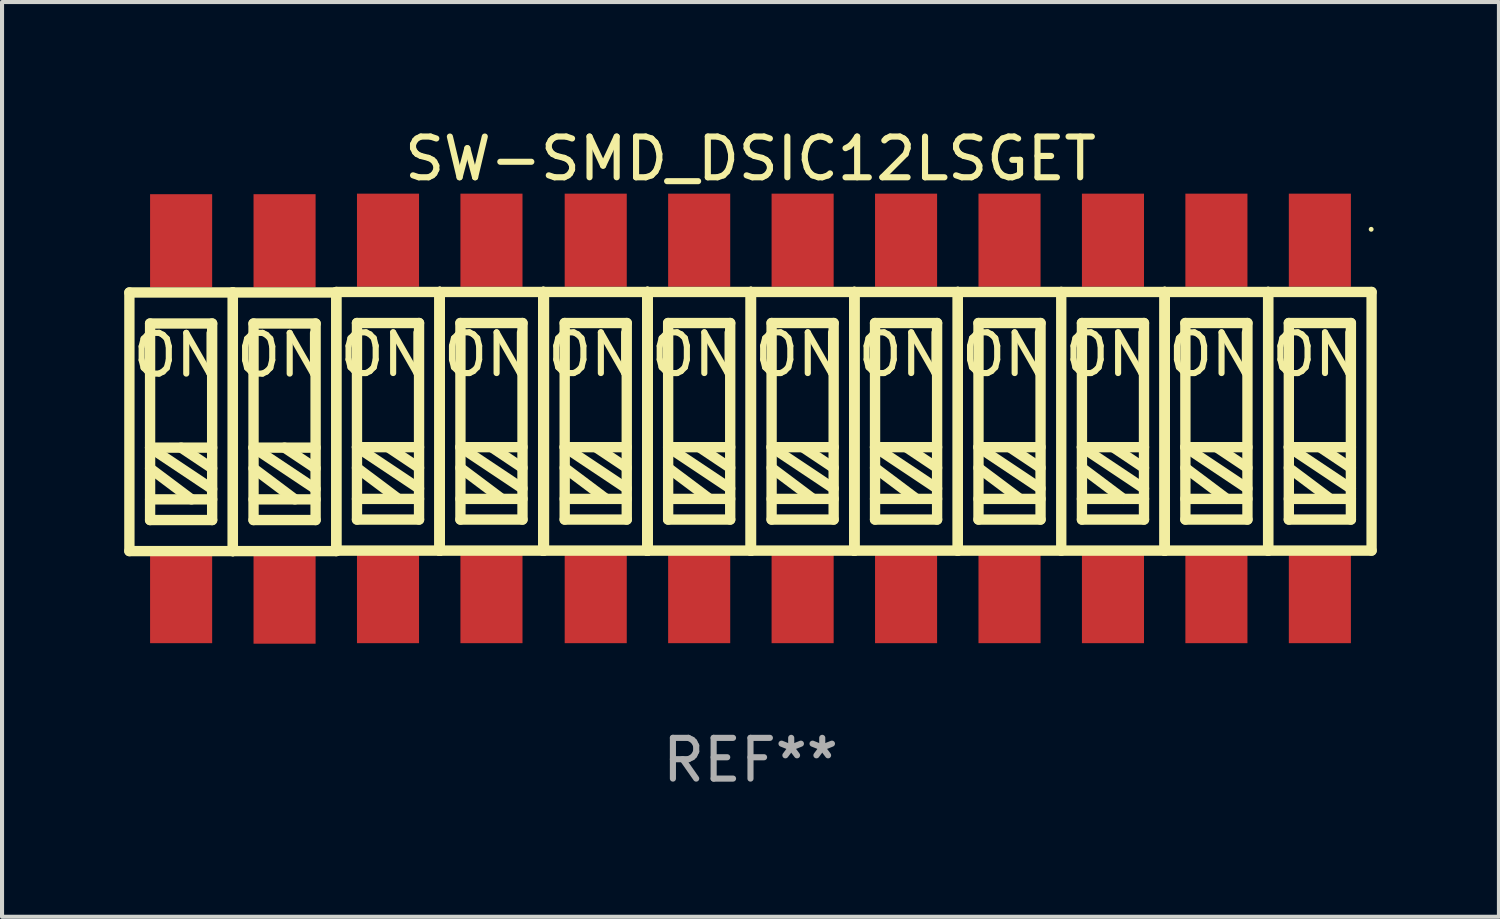
<source format=kicad_pcb>
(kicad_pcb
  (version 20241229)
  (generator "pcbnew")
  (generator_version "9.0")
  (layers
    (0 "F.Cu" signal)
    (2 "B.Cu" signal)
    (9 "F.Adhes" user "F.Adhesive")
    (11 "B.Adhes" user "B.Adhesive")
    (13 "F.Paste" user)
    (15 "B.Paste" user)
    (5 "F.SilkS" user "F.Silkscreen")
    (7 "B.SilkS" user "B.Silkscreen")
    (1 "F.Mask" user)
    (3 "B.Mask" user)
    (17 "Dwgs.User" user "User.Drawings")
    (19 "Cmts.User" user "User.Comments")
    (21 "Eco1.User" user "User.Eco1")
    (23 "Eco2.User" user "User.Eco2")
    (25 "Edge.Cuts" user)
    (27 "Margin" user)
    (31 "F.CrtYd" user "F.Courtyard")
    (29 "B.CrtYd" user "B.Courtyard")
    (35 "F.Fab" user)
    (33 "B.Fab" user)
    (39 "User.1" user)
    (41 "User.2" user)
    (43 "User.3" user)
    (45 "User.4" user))
  (footprint "SW-SMD_DSIC12LSGET"
    (layer "F.Cu")
    (at 15.377 7.23)
    (property "Reference" "SW-SMD_DSIC12LSGET" (at 0 -6.382 0) (layer "F.SilkS") (effects (font (size 1 1) (thickness 0.15))))
    (attr through_hole)
    (fp_line (start -15.25 -3.099) (end -12.71 -3.099) (stroke (width 0.254) (type solid)) (layer "F.SilkS"))
    (fp_line (start -15.25 3.251) (end -15.25 -3.099) (stroke (width 0.254) (type solid)) (layer "F.SilkS"))
    (fp_line (start -14.742 -2.337) (end -13.218 -2.337) (stroke (width 0.254) (type solid)) (layer "F.SilkS"))
    (fp_line (start -14.742 0.711) (end -13.218 0.711) (stroke (width 0.254) (type solid)) (layer "F.SilkS"))
    (fp_line (start -14.742 1.219) (end -13.726 1.981) (stroke (width 0.254) (type solid)) (layer "F.SilkS"))
    (fp_line (start -14.742 1.981) (end -13.218 1.981) (stroke (width 0.254) (type solid)) (layer "F.SilkS"))
    (fp_line (start -14.742 2.489) (end -14.742 -2.337) (stroke (width 0.254) (type solid)) (layer "F.SilkS"))
    (fp_line (start -13.98 0.711) (end -13.218 1.219) (stroke (width 0.254) (type solid)) (layer "F.SilkS"))
    (fp_line (start -13.218 -2.337) (end -13.218 2.489) (stroke (width 0.254) (type solid)) (layer "F.SilkS"))
    (fp_line (start -13.218 1.727) (end -14.742 0.711) (stroke (width 0.254) (type solid)) (layer "F.SilkS"))
    (fp_line (start -13.218 2.489) (end -14.742 2.489) (stroke (width 0.254) (type solid)) (layer "F.SilkS"))
    (fp_line (start -12.71 -3.099) (end -12.71 3.251) (stroke (width 0.254) (type solid)) (layer "F.SilkS"))
    (fp_line (start -12.71 -3.099) (end -10.17 -3.099) (stroke (width 0.254) (type solid)) (layer "F.SilkS"))
    (fp_line (start -12.71 3.251) (end -15.25 3.251) (stroke (width 0.254) (type solid)) (layer "F.SilkS"))
    (fp_line (start -12.71 3.251) (end -12.71 -3.099) (stroke (width 0.254) (type solid)) (layer "F.SilkS"))
    (fp_line (start -12.202 -2.337) (end -10.678 -2.337) (stroke (width 0.254) (type solid)) (layer "F.SilkS"))
    (fp_line (start -12.202 0.711) (end -10.678 0.711) (stroke (width 0.254) (type solid)) (layer "F.SilkS"))
    (fp_line (start -12.202 1.219) (end -11.186 1.981) (stroke (width 0.254) (type solid)) (layer "F.SilkS"))
    (fp_line (start -12.202 1.981) (end -10.678 1.981) (stroke (width 0.254) (type solid)) (layer "F.SilkS"))
    (fp_line (start -12.202 2.489) (end -12.202 -2.337) (stroke (width 0.254) (type solid)) (layer "F.SilkS"))
    (fp_line (start -11.44 0.711) (end -10.678 1.219) (stroke (width 0.254) (type solid)) (layer "F.SilkS"))
    (fp_line (start -10.678 -2.337) (end -10.678 2.489) (stroke (width 0.254) (type solid)) (layer "F.SilkS"))
    (fp_line (start -10.678 1.727) (end -12.202 0.711) (stroke (width 0.254) (type solid)) (layer "F.SilkS"))
    (fp_line (start -10.678 2.489) (end -12.202 2.489) (stroke (width 0.254) (type solid)) (layer "F.SilkS"))
    (fp_line (start -10.17 -3.099) (end -10.17 3.251) (stroke (width 0.254) (type solid)) (layer "F.SilkS"))
    (fp_line (start -10.17 3.251) (end -12.71 3.251) (stroke (width 0.254) (type solid)) (layer "F.SilkS"))
    (fp_line (start -10.17 -3.111) (end -7.63 -3.111) (stroke (width 0.254) (type solid)) (layer "F.SilkS"))
    (fp_line (start -10.17 3.239) (end -10.17 -3.111) (stroke (width 0.254) (type solid)) (layer "F.SilkS"))
    (fp_line (start -9.662 -2.349) (end -8.138 -2.349) (stroke (width 0.254) (type solid)) (layer "F.SilkS"))
    (fp_line (start -9.662 0.699) (end -8.138 0.699) (stroke (width 0.254) (type solid)) (layer "F.SilkS"))
    (fp_line (start -9.662 1.207) (end -8.646 1.969) (stroke (width 0.254) (type solid)) (layer "F.SilkS"))
    (fp_line (start -9.662 1.969) (end -8.138 1.969) (stroke (width 0.254) (type solid)) (layer "F.SilkS"))
    (fp_line (start -9.662 2.477) (end -9.662 -2.349) (stroke (width 0.254) (type solid)) (layer "F.SilkS"))
    (fp_line (start -8.9 0.699) (end -8.138 1.207) (stroke (width 0.254) (type solid)) (layer "F.SilkS"))
    (fp_line (start -8.138 -2.349) (end -8.138 2.477) (stroke (width 0.254) (type solid)) (layer "F.SilkS"))
    (fp_line (start -8.138 1.715) (end -9.662 0.699) (stroke (width 0.254) (type solid)) (layer "F.SilkS"))
    (fp_line (start -8.138 2.477) (end -9.662 2.477) (stroke (width 0.254) (type solid)) (layer "F.SilkS"))
    (fp_line (start -7.63 -3.111) (end -7.63 3.239) (stroke (width 0.254) (type solid)) (layer "F.SilkS"))
    (fp_line (start -7.63 -3.111) (end -7.63 3.239) (stroke (width 0.254) (type solid)) (layer "F.SilkS"))
    (fp_line (start -7.63 -3.111) (end -7.63 3.239) (stroke (width 0.254) (type solid)) (layer "F.SilkS"))
    (fp_line (start -7.63 3.239) (end -10.17 3.239) (stroke (width 0.254) (type solid)) (layer "F.SilkS"))
    (fp_line (start -7.63 3.239) (end -7.63 -3.111) (stroke (width 0.254) (type solid)) (layer "F.SilkS"))
    (fp_line (start -7.63 3.239) (end -7.63 -3.111) (stroke (width 0.254) (type solid)) (layer "F.SilkS"))
    (fp_line (start -7.63 3.239) (end -5.09 3.239) (stroke (width 0.254) (type solid)) (layer "F.SilkS"))
    (fp_line (start -7.122 -2.349) (end -7.122 2.477) (stroke (width 0.254) (type solid)) (layer "F.SilkS"))
    (fp_line (start -7.122 0.699) (end -5.598 1.715) (stroke (width 0.254) (type solid)) (layer "F.SilkS"))
    (fp_line (start -7.122 1.207) (end -6.106 1.969) (stroke (width 0.254) (type solid)) (layer "F.SilkS"))
    (fp_line (start -7.122 1.969) (end -5.598 1.969) (stroke (width 0.254) (type solid)) (layer "F.SilkS"))
    (fp_line (start -7.122 2.477) (end -5.598 2.477) (stroke (width 0.254) (type solid)) (layer "F.SilkS"))
    (fp_line (start -6.36 0.699) (end -5.598 1.207) (stroke (width 0.254) (type solid)) (layer "F.SilkS"))
    (fp_line (start -5.598 -2.349) (end -7.122 -2.349) (stroke (width 0.254) (type solid)) (layer "F.SilkS"))
    (fp_line (start -5.598 0.699) (end -7.122 0.699) (stroke (width 0.254) (type solid)) (layer "F.SilkS"))
    (fp_line (start -5.598 2.477) (end -5.598 -2.349) (stroke (width 0.254) (type solid)) (layer "F.SilkS"))
    (fp_line (start -5.09 -3.111) (end -7.63 -3.111) (stroke (width 0.254) (type solid)) (layer "F.SilkS"))
    (fp_line (start -5.09 -3.111) (end -5.09 3.239) (stroke (width 0.254) (type solid)) (layer "F.SilkS"))
    (fp_line (start -5.09 3.239) (end -5.09 -3.111) (stroke (width 0.254) (type solid)) (layer "F.SilkS"))
    (fp_line (start -5.09 3.239) (end -5.09 -3.111) (stroke (width 0.254) (type solid)) (layer "F.SilkS"))
    (fp_line (start -5.09 3.239) (end -5.09 -3.111) (stroke (width 0.254) (type solid)) (layer "F.SilkS"))
    (fp_line (start -5.07 -3.111) (end -5.07 3.239) (stroke (width 0.254) (type solid)) (layer "F.SilkS"))
    (fp_line (start -5.07 3.239) (end -2.53 3.239) (stroke (width 0.254) (type solid)) (layer "F.SilkS"))
    (fp_line (start -4.562 -2.349) (end -4.562 2.477) (stroke (width 0.254) (type solid)) (layer "F.SilkS"))
    (fp_line (start -4.562 0.699) (end -3.038 1.715) (stroke (width 0.254) (type solid)) (layer "F.SilkS"))
    (fp_line (start -4.562 1.207) (end -3.546 1.969) (stroke (width 0.254) (type solid)) (layer "F.SilkS"))
    (fp_line (start -4.562 1.969) (end -3.038 1.969) (stroke (width 0.254) (type solid)) (layer "F.SilkS"))
    (fp_line (start -4.562 2.477) (end -3.038 2.477) (stroke (width 0.254) (type solid)) (layer "F.SilkS"))
    (fp_line (start -3.8 0.699) (end -3.038 1.207) (stroke (width 0.254) (type solid)) (layer "F.SilkS"))
    (fp_line (start -3.038 -2.349) (end -4.562 -2.349) (stroke (width 0.254) (type solid)) (layer "F.SilkS"))
    (fp_line (start -3.038 0.699) (end -4.562 0.699) (stroke (width 0.254) (type solid)) (layer "F.SilkS"))
    (fp_line (start -3.038 2.477) (end -3.038 -2.349) (stroke (width 0.254) (type solid)) (layer "F.SilkS"))
    (fp_line (start -2.53 -3.111) (end -5.07 -3.111) (stroke (width 0.254) (type solid)) (layer "F.SilkS"))
    (fp_line (start -2.53 -3.111) (end -2.53 3.239) (stroke (width 0.254) (type solid)) (layer "F.SilkS"))
    (fp_line (start -2.53 -3.111) (end 0.01 -3.111) (stroke (width 0.254) (type solid)) (layer "F.SilkS"))
    (fp_line (start -2.53 3.239) (end -2.53 -3.111) (stroke (width 0.254) (type solid)) (layer "F.SilkS"))
    (fp_line (start -2.53 3.239) (end -2.53 -3.111) (stroke (width 0.254) (type solid)) (layer "F.SilkS"))
    (fp_line (start -2.53 3.239) (end -2.53 -3.111) (stroke (width 0.254) (type solid)) (layer "F.SilkS"))
    (fp_line (start -2.53 3.239) (end -2.53 -3.111) (stroke (width 0.254) (type solid)) (layer "F.SilkS"))
    (fp_line (start -2.022 -2.349) (end -0.498 -2.349) (stroke (width 0.254) (type solid)) (layer "F.SilkS"))
    (fp_line (start -2.022 0.699) (end -0.498 0.699) (stroke (width 0.254) (type solid)) (layer "F.SilkS"))
    (fp_line (start -2.022 1.207) (end -1.006 1.969) (stroke (width 0.254) (type solid)) (layer "F.SilkS"))
    (fp_line (start -2.022 1.969) (end -0.498 1.969) (stroke (width 0.254) (type solid)) (layer "F.SilkS"))
    (fp_line (start -2.022 2.477) (end -2.022 -2.349) (stroke (width 0.254) (type solid)) (layer "F.SilkS"))
    (fp_line (start -1.26 0.699) (end -0.498 1.207) (stroke (width 0.254) (type solid)) (layer "F.SilkS"))
    (fp_line (start -0.498 -2.349) (end -0.498 2.477) (stroke (width 0.254) (type solid)) (layer "F.SilkS"))
    (fp_line (start -0.498 1.715) (end -2.022 0.699) (stroke (width 0.254) (type solid)) (layer "F.SilkS"))
    (fp_line (start -0.498 2.477) (end -2.022 2.477) (stroke (width 0.254) (type solid)) (layer "F.SilkS"))
    (fp_line (start 0.01 -3.111) (end 0.01 3.239) (stroke (width 0.254) (type solid)) (layer "F.SilkS"))
    (fp_line (start 0.01 -3.111) (end 0.01 3.239) (stroke (width 0.254) (type solid)) (layer "F.SilkS"))
    (fp_line (start 0.01 -3.111) (end 2.55 -3.111) (stroke (width 0.254) (type solid)) (layer "F.SilkS"))
    (fp_line (start 0.01 3.239) (end -2.53 3.239) (stroke (width 0.254) (type solid)) (layer "F.SilkS"))
    (fp_line (start 0.01 3.239) (end 0.01 -3.111) (stroke (width 0.254) (type solid)) (layer "F.SilkS"))
    (fp_line (start 0.01 3.239) (end 0.01 -3.111) (stroke (width 0.254) (type solid)) (layer "F.SilkS"))
    (fp_line (start 0.518 -2.349) (end 0.518 2.477) (stroke (width 0.254) (type solid)) (layer "F.SilkS"))
    (fp_line (start 0.518 0.699) (end 2.042 1.715) (stroke (width 0.254) (type solid)) (layer "F.SilkS"))
    (fp_line (start 0.518 1.207) (end 1.534 1.969) (stroke (width 0.254) (type solid)) (layer "F.SilkS"))
    (fp_line (start 0.518 1.969) (end 2.042 1.969) (stroke (width 0.254) (type solid)) (layer "F.SilkS"))
    (fp_line (start 0.518 2.477) (end 2.042 2.477) (stroke (width 0.254) (type solid)) (layer "F.SilkS"))
    (fp_line (start 1.28 0.699) (end 2.042 1.207) (stroke (width 0.254) (type solid)) (layer "F.SilkS"))
    (fp_line (start 2.042 -2.349) (end 0.518 -2.349) (stroke (width 0.254) (type solid)) (layer "F.SilkS"))
    (fp_line (start 2.042 0.699) (end 0.518 0.699) (stroke (width 0.254) (type solid)) (layer "F.SilkS"))
    (fp_line (start 2.042 2.477) (end 2.042 -2.349) (stroke (width 0.254) (type solid)) (layer "F.SilkS"))
    (fp_line (start 2.55 -3.111) (end 2.55 3.239) (stroke (width 0.254) (type solid)) (layer "F.SilkS"))
    (fp_line (start 2.55 -3.111) (end 2.55 3.239) (stroke (width 0.254) (type solid)) (layer "F.SilkS"))
    (fp_line (start 2.55 3.239) (end 0.01 3.239) (stroke (width 0.254) (type solid)) (layer "F.SilkS"))
    (fp_line (start 2.55 3.239) (end 2.55 -3.111) (stroke (width 0.254) (type solid)) (layer "F.SilkS"))
    (fp_line (start 2.55 3.239) (end 5.09 3.239) (stroke (width 0.254) (type solid)) (layer "F.SilkS"))
    (fp_line (start 3.058 -2.349) (end 4.582 -2.349) (stroke (width 0.254) (type solid)) (layer "F.SilkS"))
    (fp_line (start 3.058 0.699) (end 4.582 0.699) (stroke (width 0.254) (type solid)) (layer "F.SilkS"))
    (fp_line (start 3.058 1.207) (end 4.074 1.969) (stroke (width 0.254) (type solid)) (layer "F.SilkS"))
    (fp_line (start 3.058 1.969) (end 4.582 1.969) (stroke (width 0.254) (type solid)) (layer "F.SilkS"))
    (fp_line (start 3.058 2.477) (end 3.058 -2.349) (stroke (width 0.254) (type solid)) (layer "F.SilkS"))
    (fp_line (start 3.82 0.699) (end 4.582 1.207) (stroke (width 0.254) (type solid)) (layer "F.SilkS"))
    (fp_line (start 4.582 -2.349) (end 4.582 2.477) (stroke (width 0.254) (type solid)) (layer "F.SilkS"))
    (fp_line (start 4.582 1.715) (end 3.058 0.699) (stroke (width 0.254) (type solid)) (layer "F.SilkS"))
    (fp_line (start 4.582 2.477) (end 3.058 2.477) (stroke (width 0.254) (type solid)) (layer "F.SilkS"))
    (fp_line (start 5.09 -3.111) (end 2.55 -3.111) (stroke (width 0.254) (type solid)) (layer "F.SilkS"))
    (fp_line (start 5.09 -3.111) (end 5.09 3.239) (stroke (width 0.254) (type solid)) (layer "F.SilkS"))
    (fp_line (start 5.09 3.239) (end 5.09 -3.111) (stroke (width 0.254) (type solid)) (layer "F.SilkS"))
    (fp_line (start 5.09 3.239) (end 7.63 3.239) (stroke (width 0.254) (type solid)) (layer "F.SilkS"))
    (fp_line (start 5.598 -2.349) (end 5.598 2.477) (stroke (width 0.254) (type solid)) (layer "F.SilkS"))
    (fp_line (start 5.598 0.699) (end 7.122 1.715) (stroke (width 0.254) (type solid)) (layer "F.SilkS"))
    (fp_line (start 5.598 1.207) (end 6.614 1.969) (stroke (width 0.254) (type solid)) (layer "F.SilkS"))
    (fp_line (start 5.598 1.969) (end 7.122 1.969) (stroke (width 0.254) (type solid)) (layer "F.SilkS"))
    (fp_line (start 5.598 2.477) (end 7.122 2.477) (stroke (width 0.254) (type solid)) (layer "F.SilkS"))
    (fp_line (start 6.36 0.699) (end 7.122 1.207) (stroke (width 0.254) (type solid)) (layer "F.SilkS"))
    (fp_line (start 7.122 -2.349) (end 5.598 -2.349) (stroke (width 0.254) (type solid)) (layer "F.SilkS"))
    (fp_line (start 7.122 0.699) (end 5.598 0.699) (stroke (width 0.254) (type solid)) (layer "F.SilkS"))
    (fp_line (start 7.122 2.477) (end 7.122 -2.349) (stroke (width 0.254) (type solid)) (layer "F.SilkS"))
    (fp_line (start 7.63 -3.111) (end 5.09 -3.111) (stroke (width 0.254) (type solid)) (layer "F.SilkS"))
    (fp_line (start 7.63 3.239) (end 7.63 -3.111) (stroke (width 0.254) (type solid)) (layer "F.SilkS"))
    (fp_line (start 7.63 3.239) (end 10.17 3.239) (stroke (width 0.254) (type solid)) (layer "F.SilkS"))
    (fp_line (start 8.138 -2.349) (end 9.662 -2.349) (stroke (width 0.254) (type solid)) (layer "F.SilkS"))
    (fp_line (start 8.138 0.699) (end 9.662 0.699) (stroke (width 0.254) (type solid)) (layer "F.SilkS"))
    (fp_line (start 8.138 1.207) (end 9.154 1.969) (stroke (width 0.254) (type solid)) (layer "F.SilkS"))
    (fp_line (start 8.138 1.969) (end 9.662 1.969) (stroke (width 0.254) (type solid)) (layer "F.SilkS"))
    (fp_line (start 8.138 2.477) (end 8.138 -2.349) (stroke (width 0.254) (type solid)) (layer "F.SilkS"))
    (fp_line (start 8.9 0.699) (end 9.662 1.207) (stroke (width 0.254) (type solid)) (layer "F.SilkS"))
    (fp_line (start 9.662 -2.349) (end 9.662 2.477) (stroke (width 0.254) (type solid)) (layer "F.SilkS"))
    (fp_line (start 9.662 1.715) (end 8.138 0.699) (stroke (width 0.254) (type solid)) (layer "F.SilkS"))
    (fp_line (start 9.662 2.477) (end 8.138 2.477) (stroke (width 0.254) (type solid)) (layer "F.SilkS"))
    (fp_line (start 10.17 -3.111) (end 7.63 -3.111) (stroke (width 0.254) (type solid)) (layer "F.SilkS"))
    (fp_line (start 10.17 -3.111) (end 10.17 3.239) (stroke (width 0.254) (type solid)) (layer "F.SilkS"))
    (fp_line (start 10.17 3.239) (end 10.17 -3.111) (stroke (width 0.254) (type solid)) (layer "F.SilkS"))
    (fp_line (start 10.17 3.239) (end 10.17 -3.111) (stroke (width 0.254) (type solid)) (layer "F.SilkS"))
    (fp_line (start 10.17 3.239) (end 12.71 3.239) (stroke (width 0.254) (type solid)) (layer "F.SilkS"))
    (fp_line (start 10.678 -2.349) (end 10.678 2.477) (stroke (width 0.254) (type solid)) (layer "F.SilkS"))
    (fp_line (start 10.678 0.699) (end 12.202 1.715) (stroke (width 0.254) (type solid)) (layer "F.SilkS"))
    (fp_line (start 10.678 1.207) (end 11.694 1.969) (stroke (width 0.254) (type solid)) (layer "F.SilkS"))
    (fp_line (start 10.678 1.969) (end 12.202 1.969) (stroke (width 0.254) (type solid)) (layer "F.SilkS"))
    (fp_line (start 10.678 2.477) (end 12.202 2.477) (stroke (width 0.254) (type solid)) (layer "F.SilkS"))
    (fp_line (start 11.44 0.699) (end 12.202 1.207) (stroke (width 0.254) (type solid)) (layer "F.SilkS"))
    (fp_line (start 12.202 -2.349) (end 10.678 -2.349) (stroke (width 0.254) (type solid)) (layer "F.SilkS"))
    (fp_line (start 12.202 0.699) (end 10.678 0.699) (stroke (width 0.254) (type solid)) (layer "F.SilkS"))
    (fp_line (start 12.202 2.477) (end 12.202 -2.349) (stroke (width 0.254) (type solid)) (layer "F.SilkS"))
    (fp_line (start 12.71 -3.111) (end 10.17 -3.111) (stroke (width 0.254) (type solid)) (layer "F.SilkS"))
    (fp_line (start 12.71 -3.111) (end 15.25 -3.111) (stroke (width 0.254) (type solid)) (layer "F.SilkS"))
    (fp_line (start 12.71 3.239) (end 12.71 -3.111) (stroke (width 0.254) (type solid)) (layer "F.SilkS"))
    (fp_line (start 12.71 3.239) (end 12.71 -3.111) (stroke (width 0.254) (type solid)) (layer "F.SilkS"))
    (fp_line (start 13.218 -2.349) (end 14.742 -2.349) (stroke (width 0.254) (type solid)) (layer "F.SilkS"))
    (fp_line (start 13.218 0.699) (end 14.742 0.699) (stroke (width 0.254) (type solid)) (layer "F.SilkS"))
    (fp_line (start 13.218 1.207) (end 14.234 1.969) (stroke (width 0.254) (type solid)) (layer "F.SilkS"))
    (fp_line (start 13.218 1.969) (end 14.742 1.969) (stroke (width 0.254) (type solid)) (layer "F.SilkS"))
    (fp_line (start 13.218 2.477) (end 13.218 -2.349) (stroke (width 0.254) (type solid)) (layer "F.SilkS"))
    (fp_line (start 13.98 0.699) (end 14.742 1.207) (stroke (width 0.254) (type solid)) (layer "F.SilkS"))
    (fp_line (start 14.742 -2.349) (end 14.742 2.477) (stroke (width 0.254) (type solid)) (layer "F.SilkS"))
    (fp_line (start 14.742 1.715) (end 13.218 0.699) (stroke (width 0.254) (type solid)) (layer "F.SilkS"))
    (fp_line (start 14.742 2.477) (end 13.218 2.477) (stroke (width 0.254) (type solid)) (layer "F.SilkS"))
    (fp_line (start 15.25 -3.111) (end 15.25 3.239) (stroke (width 0.254) (type solid)) (layer "F.SilkS"))
    (fp_line (start 15.25 3.239) (end 12.71 3.239) (stroke (width 0.254) (type solid)) (layer "F.SilkS"))
    (fp_circle (center 15.24 -4.65) (end 15.27 -4.65) (stroke (width 0.06) (type solid)) (fill no) (layer "F.SilkS"))
    (fp_text user "ON" (at -6.472 -1.575 0) (layer "F.SilkS") (effects (font (size 1 1) (thickness 0.15))))
    (fp_text user "ON" (at 6.248 -1.575 0) (layer "F.SilkS") (effects (font (size 1 1) (thickness 0.15))))
    (fp_text user "ON" (at -14.092 -1.562 0) (layer "F.SilkS") (effects (font (size 1 1) (thickness 0.15))))
    (fp_text user "ON" (at -3.912 -1.575 0) (layer "F.SilkS") (effects (font (size 1 1) (thickness 0.15))))
    (fp_text user "ON" (at -9.012 -1.575 0) (layer "F.SilkS") (effects (font (size 1 1) (thickness 0.15))))
    (fp_text user "ON" (at -11.552 -1.562 0) (layer "F.SilkS") (effects (font (size 1 1) (thickness 0.15))))
    (fp_text user "ON" (at 1.168 -1.575 0) (layer "F.SilkS") (effects (font (size 1 1) (thickness 0.15))))
    (fp_text user "ON" (at 11.328 -1.575 0) (layer "F.SilkS") (effects (font (size 1 1) (thickness 0.15))))
    (fp_text user "ON" (at -1.372 -1.575 0) (layer "F.SilkS") (effects (font (size 1 1) (thickness 0.15))))
    (fp_text user "ON" (at 13.868 -1.575 0) (layer "F.SilkS") (effects (font (size 1 1) (thickness 0.15))))
    (fp_text user "ON" (at 3.708 -1.575 0) (layer "F.SilkS") (effects (font (size 1 1) (thickness 0.15))))
    (fp_text user "ON" (at 8.788 -1.575 0) (layer "F.SilkS") (effects (font (size 1 1) (thickness 0.15))))
    (fp_text user "REF**" (at 0 8.382 0) (layer "F.Fab") (effects (font (size 1 1) (thickness 0.15))))
    (pad "1" smd rect (at 13.98 -4.382 270) (size 2.286 1.524) (layers "F.Cu" "F.Mask" "F.Paste"))
    (pad "2" smd rect (at 11.44 -4.382 270) (size 2.286 1.524) (layers "F.Cu" "F.Mask" "F.Paste"))
    (pad "3" smd rect (at 8.9 -4.382 270) (size 2.286 1.524) (layers "F.Cu" "F.Mask" "F.Paste"))
    (pad "4" smd rect (at 6.36 -4.382 270) (size 2.286 1.524) (layers "F.Cu" "F.Mask" "F.Paste"))
    (pad "5" smd rect (at 3.82 -4.382 270) (size 2.286 1.524) (layers "F.Cu" "F.Mask" "F.Paste"))
    (pad "6" smd rect (at 1.28 -4.382 270) (size 2.286 1.524) (layers "F.Cu" "F.Mask" "F.Paste"))
    (pad "7" smd rect (at -1.26 -4.382 270) (size 2.286 1.524) (layers "F.Cu" "F.Mask" "F.Paste"))
    (pad "8" smd rect (at -3.8 -4.382 270) (size 2.286 1.524) (layers "F.Cu" "F.Mask" "F.Paste"))
    (pad "9" smd rect (at -6.36 -4.382 270) (size 2.286 1.524) (layers "F.Cu" "F.Mask" "F.Paste"))
    (pad "10" smd rect (at -8.9 -4.382 270) (size 2.286 1.524) (layers "F.Cu" "F.Mask" "F.Paste"))
    (pad "11" smd rect (at -11.44 -4.369 270) (size 2.286 1.524) (layers "F.Cu" "F.Mask" "F.Paste"))
    (pad "12" smd rect (at -13.98 -4.369 270) (size 2.286 1.524) (layers "F.Cu" "F.Mask" "F.Paste"))
    (pad "13" smd rect (at -13.98 4.369 270) (size 2.286 1.524) (layers "F.Cu" "F.Mask" "F.Paste"))
    (pad "14" smd rect (at -11.44 4.382 270) (size 2.286 1.524) (layers "F.Cu" "F.Mask" "F.Paste"))
    (pad "15" smd rect (at -8.9 4.369 270) (size 2.286 1.524) (layers "F.Cu" "F.Mask" "F.Paste"))
    (pad "16" smd rect (at -6.36 4.369 270) (size 2.286 1.524) (layers "F.Cu" "F.Mask" "F.Paste"))
    (pad "17" smd rect (at -3.8 4.369 270) (size 2.286 1.524) (layers "F.Cu" "F.Mask" "F.Paste"))
    (pad "18" smd rect (at -1.26 4.369 270) (size 2.286 1.524) (layers "F.Cu" "F.Mask" "F.Paste"))
    (pad "19" smd rect (at 1.28 4.369 270) (size 2.286 1.524) (layers "F.Cu" "F.Mask" "F.Paste"))
    (pad "20" smd rect (at 3.82 4.369 270) (size 2.286 1.524) (layers "F.Cu" "F.Mask" "F.Paste"))
    (pad "21" smd rect (at 6.36 4.369 270) (size 2.286 1.524) (layers "F.Cu" "F.Mask" "F.Paste"))
    (pad "22" smd rect (at 8.9 4.369 270) (size 2.286 1.524) (layers "F.Cu" "F.Mask" "F.Paste"))
    (pad "23" smd rect (at 11.44 4.369 270) (size 2.286 1.524) (layers "F.Cu" "F.Mask" "F.Paste"))
    (pad "24" smd rect (at 13.98 4.369 270) (size 2.286 1.524) (layers "F.Cu" "F.Mask" "F.Paste")))
  (gr_rect
    (start -3 -3)
    (end 33.754 19.46)
    (stroke (width 0.1) (type default))
    (fill no)
    (layer "Edge.Cuts")))
</source>
